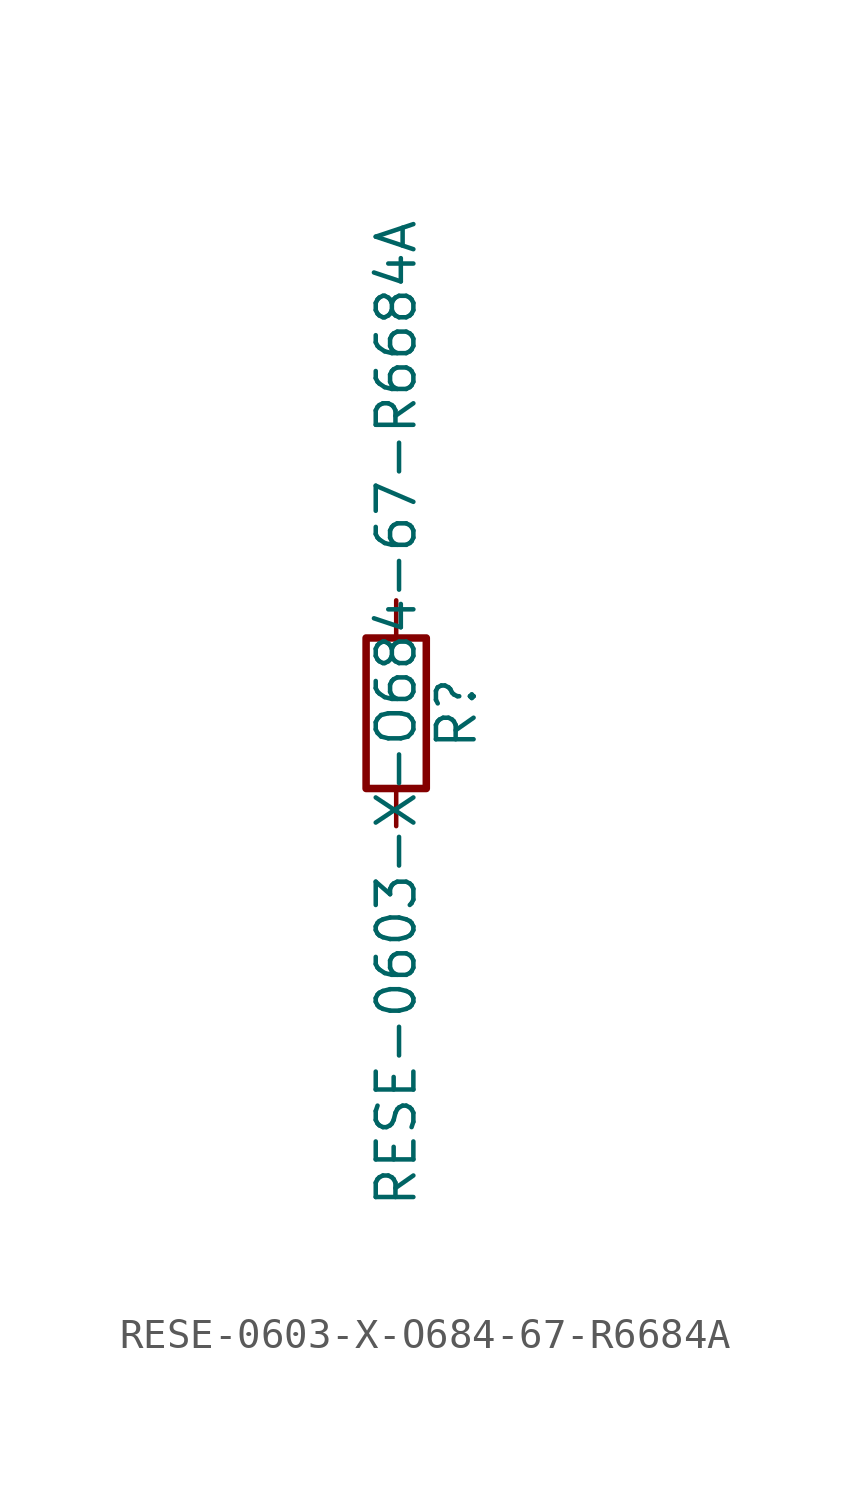
<source format=kicad_sym>
(kicad_symbol_lib
  (version 20211014)
  (generator kicad_symbol_editor)
  (symbol "RESE-0603-X-O684-67-R6684A"
    (pin_numbers hide)
    (pin_names
      (offset 0))
    (property "Reference" "R"
      (at 2.032 0 90)
      (effects (font (size 1.27 1.27))))
    (property "Value" "RESE-0603-X-O684-67-R6684A"
      (at 0 0 90)
      (effects (font (size 1.27 1.27))))
    (symbol "RESE-0603-X-O684-67-R6684A_0_1"
      (rectangle (start -1.016 -2.54) (end 1.016 2.54) (stroke (width 0.254) (type default) (color 0 0 0 0)) (fill (type none))))
    (symbol "RESE-0603-X-O684-67-R6684A_1_1"
      (pin passive line (at 0 3.81 270) (length 1.27) (name "~" (effects (font (size 1.27 1.27)))) (number "1" (effects (font (size 1.27 1.27)))))
      (pin passive line (at 0 -3.81 90) (length 1.27) (name "~" (effects (font (size 1.27 1.27)))) (number "2" (effects (font (size 1.27 1.27))))))))
</source>
